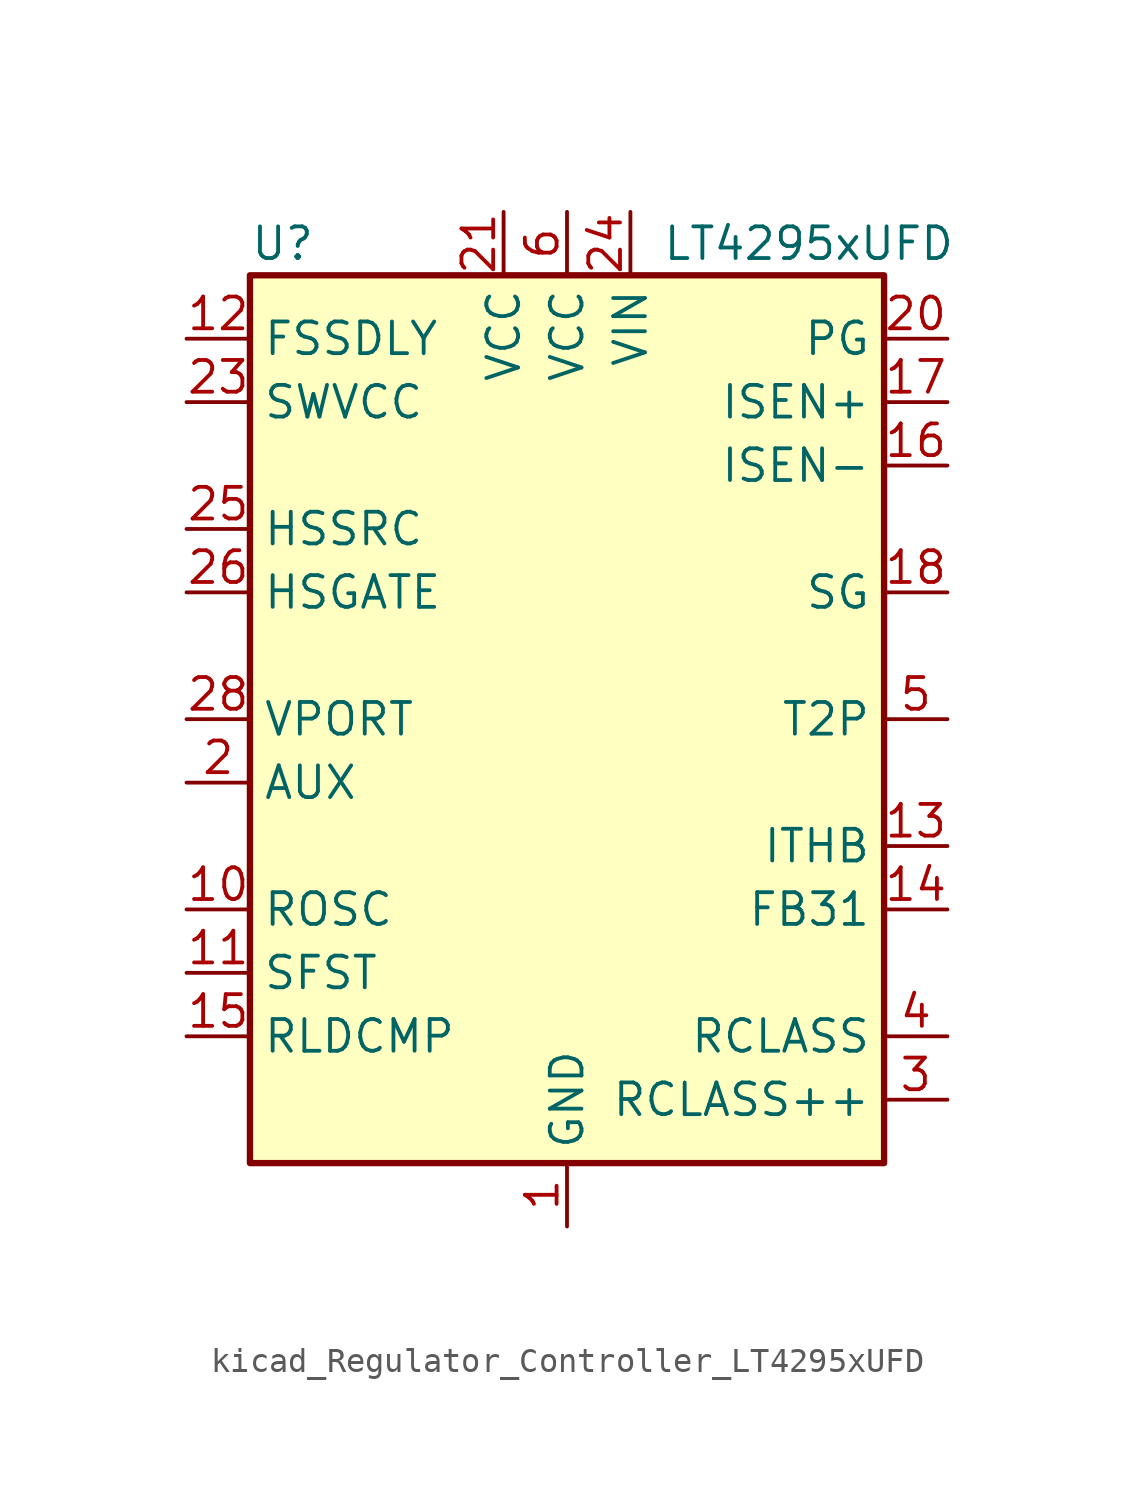
<source format=kicad_sym>
(kicad_symbol_lib
  (version 20220914)
  (generator kicad_symbol_editor)
  (symbol "kicad_Regulator_Controller_LT4295xUFD"
    (property "Reference" "U"
      (at -12.7 19.05 0)
      (effects (font (size 1.27 1.27)) (justify left)))
    (property "Value" "LT4295xUFD"
      (at 3.81 19.05 0)
      (effects (font (size 1.27 1.27)) (justify left)))
    (symbol "kicad_Regulator_Controller_LT4295xUFD_0_1"
      (rectangle (start -12.7 17.78) (end 12.7 -17.78) (stroke (width 0.254) (type default)) (fill (type background))))
    (symbol "kicad_Regulator_Controller_LT4295xUFD_1_1"
      (pin power_in line (at 0 -20.32 90) (length 2.54) (name "GND" (effects (font (size 1.27 1.27)))) (number "1" (effects (font (size 1.27 1.27)))))
      (pin passive line (at -15.24 -7.62 0) (length 2.54) (name "ROSC" (effects (font (size 1.27 1.27)))) (number "10" (effects (font (size 1.27 1.27)))))
      (pin passive line (at -15.24 -10.16 0) (length 2.54) (name "SFST" (effects (font (size 1.27 1.27)))) (number "11" (effects (font (size 1.27 1.27)))))
      (pin input line (at -15.24 15.24 0) (length 2.54) (name "FSSDLY" (effects (font (size 1.27 1.27)))) (number "12" (effects (font (size 1.27 1.27)))))
      (pin input line (at 15.24 -5.08 180) (length 2.54) (name "ITHB" (effects (font (size 1.27 1.27)))) (number "13" (effects (font (size 1.27 1.27)))))
      (pin passive line (at 15.24 -7.62 180) (length 2.54) (name "FB31" (effects (font (size 1.27 1.27)))) (number "14" (effects (font (size 1.27 1.27)))))
      (pin passive line (at -15.24 -12.7 0) (length 2.54) (name "RLDCMP" (effects (font (size 1.27 1.27)))) (number "15" (effects (font (size 1.27 1.27)))))
      (pin passive line (at 15.24 10.16 180) (length 2.54) (name "ISEN-" (effects (font (size 1.27 1.27)))) (number "16" (effects (font (size 1.27 1.27)))))
      (pin passive line (at 15.24 12.7 180) (length 2.54) (name "ISEN+" (effects (font (size 1.27 1.27)))) (number "17" (effects (font (size 1.27 1.27)))))
      (pin output line (at 15.24 5.08 180) (length 2.54) (name "SG" (effects (font (size 1.27 1.27)))) (number "18" (effects (font (size 1.27 1.27)))))
      (pin passive line (at 0 -20.32 90) (length 2.54) hide (name "GND" (effects (font (size 1.27 1.27)))) (number "19" (effects (font (size 1.27 1.27)))))
      (pin input line (at -15.24 -2.54 0) (length 2.54) (name "AUX" (effects (font (size 1.27 1.27)))) (number "2" (effects (font (size 1.27 1.27)))))
      (pin output line (at 15.24 15.24 180) (length 2.54) (name "PG" (effects (font (size 1.27 1.27)))) (number "20" (effects (font (size 1.27 1.27)))))
      (pin power_in line (at -2.54 20.32 270) (length 2.54) (name "VCC" (effects (font (size 1.27 1.27)))) (number "21" (effects (font (size 1.27 1.27)))))
      (pin no_connect line (at -12.7 -15.24 0) (length 2.54) hide (name "DNC" (effects (font (size 1.27 1.27)))) (number "22" (effects (font (size 1.27 1.27)))))
      (pin output line (at -15.24 12.7 0) (length 2.54) (name "SWVCC" (effects (font (size 1.27 1.27)))) (number "23" (effects (font (size 1.27 1.27)))))
      (pin power_in line (at 2.54 20.32 270) (length 2.54) (name "VIN" (effects (font (size 1.27 1.27)))) (number "24" (effects (font (size 1.27 1.27)))))
      (pin input line (at -15.24 7.62 0) (length 2.54) (name "HSSRC" (effects (font (size 1.27 1.27)))) (number "25" (effects (font (size 1.27 1.27)))))
      (pin output line (at -15.24 5.08 0) (length 2.54) (name "HSGATE" (effects (font (size 1.27 1.27)))) (number "26" (effects (font (size 1.27 1.27)))))
      (pin no_connect line (at -12.7 -17.78 0) (length 2.54) hide (name "NC" (effects (font (size 1.27 1.27)))) (number "27" (effects (font (size 1.27 1.27)))))
      (pin input line (at -15.24 0 0) (length 2.54) (name "VPORT" (effects (font (size 1.27 1.27)))) (number "28" (effects (font (size 1.27 1.27)))))
      (pin passive line (at 0 -20.32 90) (length 2.54) hide (name "GND" (effects (font (size 1.27 1.27)))) (number "29" (effects (font (size 1.27 1.27)))))
      (pin passive line (at 15.24 -15.24 180) (length 2.54) (name "RCLASS++" (effects (font (size 1.27 1.27)))) (number "3" (effects (font (size 1.27 1.27)))))
      (pin passive line (at 15.24 -12.7 180) (length 2.54) (name "RCLASS" (effects (font (size 1.27 1.27)))) (number "4" (effects (font (size 1.27 1.27)))))
      (pin open_collector line (at 15.24 0 180) (length 2.54) (name "T2P" (effects (font (size 1.27 1.27)))) (number "5" (effects (font (size 1.27 1.27)))))
      (pin power_in line (at 0 20.32 270) (length 2.54) (name "VCC" (effects (font (size 1.27 1.27)))) (number "6" (effects (font (size 1.27 1.27)))))
      (pin passive line (at 0 20.32 270) (length 2.54) hide (name "VCC" (effects (font (size 1.27 1.27)))) (number "7" (effects (font (size 1.27 1.27)))))
      (pin passive line (at 0 20.32 270) (length 2.54) hide (name "VCC" (effects (font (size 1.27 1.27)))) (number "8" (effects (font (size 1.27 1.27)))))
      (pin passive line (at 0 20.32 270) (length 2.54) hide (name "VCC" (effects (font (size 1.27 1.27)))) (number "9" (effects (font (size 1.27 1.27))))))))
</source>
